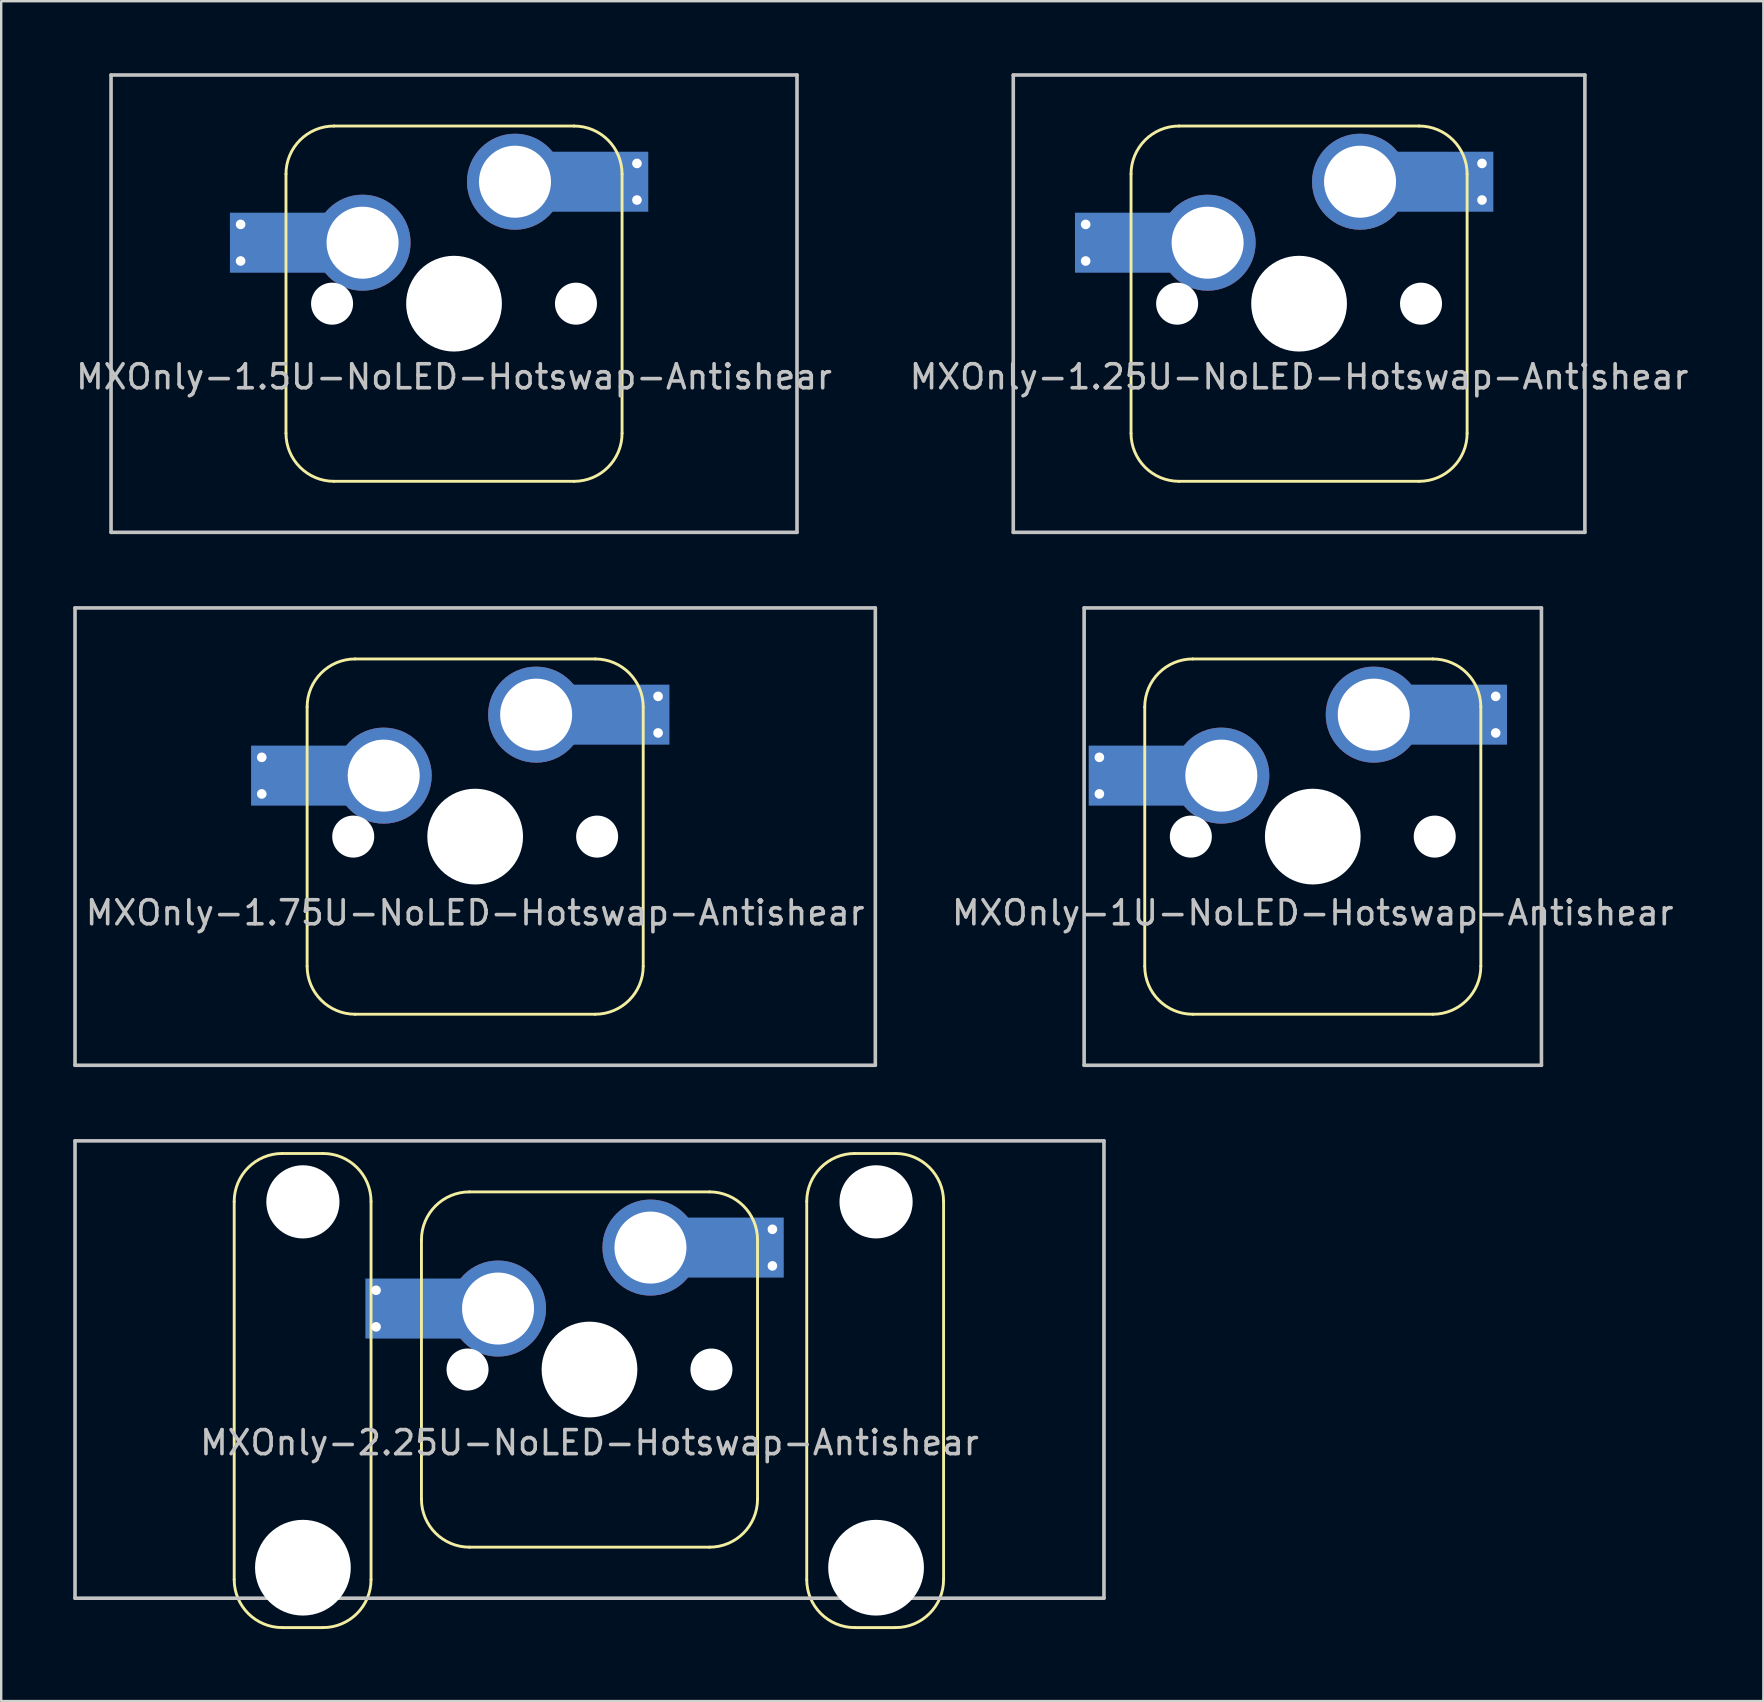
<source format=kicad_pcb>
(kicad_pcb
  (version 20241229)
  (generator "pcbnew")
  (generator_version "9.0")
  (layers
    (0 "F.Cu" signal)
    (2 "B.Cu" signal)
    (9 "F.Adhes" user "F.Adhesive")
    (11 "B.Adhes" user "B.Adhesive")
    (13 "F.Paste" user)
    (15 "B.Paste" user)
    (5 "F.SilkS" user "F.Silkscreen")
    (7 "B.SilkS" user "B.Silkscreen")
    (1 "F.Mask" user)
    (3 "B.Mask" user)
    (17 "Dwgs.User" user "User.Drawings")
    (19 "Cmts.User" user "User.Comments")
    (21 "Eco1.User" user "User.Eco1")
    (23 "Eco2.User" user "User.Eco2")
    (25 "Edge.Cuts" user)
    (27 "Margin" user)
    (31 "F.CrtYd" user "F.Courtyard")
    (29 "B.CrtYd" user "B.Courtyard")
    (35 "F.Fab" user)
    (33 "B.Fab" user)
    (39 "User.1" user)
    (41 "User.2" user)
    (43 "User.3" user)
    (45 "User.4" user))
  (footprint "MXOnly-1U-NoLED-Hotswap-Antishear"
    (layer "F.Cu")
    (at 51.636 31.8)
    (property "Reference" "MXOnly-1U-NoLED-Hotswap-Antishear" (at 0 3.175 0) (layer "Dwgs.User") (effects (font (size 1 1) (thickness 0.15))))
    (attr smd)
    (fp_line (start -7 -5.4) (end -7 5.4) (stroke (width 0.12) (type solid)) (layer "F.SilkS"))
    (fp_line (start -5 7.4) (end 5 7.4) (stroke (width 0.12) (type solid)) (layer "F.SilkS"))
    (fp_line (start 5 -7.4) (end -5 -7.4) (stroke (width 0.12) (type solid)) (layer "F.SilkS"))
    (fp_line (start 7 5.4) (end 7 -5.4) (stroke (width 0.12) (type solid)) (layer "F.SilkS"))
    (fp_arc (start -7 -5.4) (mid -6.414214 -6.814214) (end -5 -7.4) (stroke (width 0.12) (type solid)) (layer "F.SilkS"))
    (fp_arc (start -5 7.4) (mid -6.414214 6.814214) (end -7 5.4) (stroke (width 0.12) (type solid)) (layer "F.SilkS"))
    (fp_arc (start 5 -7.4) (mid 6.414214 -6.814214) (end 7 -5.4) (stroke (width 0.12) (type solid)) (layer "F.SilkS"))
    (fp_arc (start 7 5.4) (mid 6.414214 6.814214) (end 5 7.4) (stroke (width 0.12) (type solid)) (layer "F.SilkS"))
    (fp_line (start -9.525 -9.525) (end 9.525 -9.525) (stroke (width 0.15) (type solid)) (layer "Dwgs.User"))
    (fp_line (start -9.525 9.525) (end -9.525 -9.525) (stroke (width 0.15) (type solid)) (layer "Dwgs.User"))
    (fp_line (start 9.525 -9.525) (end 9.525 9.525) (stroke (width 0.15) (type solid)) (layer "Dwgs.User"))
    (fp_line (start 9.525 9.525) (end -9.525 9.525) (stroke (width 0.15) (type solid)) (layer "Dwgs.User"))
    (pad "" smd rect (at -7.12 -2.54) (size 2.55 2.5) (layers "B.Mask" "B.Paste"))
    (pad "" np_thru_hole circle (at -5.08 0 48.1) (size 1.75 1.75) (drill 1.75) (layers "*.Cu" "*.Mask"))
    (pad "" np_thru_hole circle (at 0 0) (size 3.988 3.988) (drill 3.988) (layers "*.Cu" "*.Mask"))
    (pad "" np_thru_hole circle (at 5.08 0 48.1) (size 1.75 1.75) (drill 1.75) (layers "*.Cu" "*.Mask"))
    (pad "" smd rect (at 5.85 -5.08) (size 2.55 2.5) (layers "B.Mask" "B.Paste"))
    (pad "1" thru_hole circle (at -8.89 -3.302) (size 0.8 0.8) (drill 0.4) (layers "*.Cu"))
    (pad "1" thru_hole circle (at -8.89 -1.778) (size 0.8 0.8) (drill 0.4) (layers "*.Cu"))
    (pad "1" smd rect (at -7.085 -2.54) (size 4.5 2.5) (layers "B.Cu"))
    (pad "1" thru_hole circle (at -3.81 -2.54) (size 4 4) (drill 3) (layers "*.Cu"))
    (pad "2" thru_hole circle (at 2.54 -5.08) (size 4 4) (drill 3) (layers "*.Cu"))
    (pad "2" smd rect (at 5.842 -5.08) (size 4.5 2.5) (layers "B.Cu"))
    (pad "2" thru_hole circle (at 7.62 -5.842) (size 0.8 0.8) (drill 0.4) (layers "*.Cu"))
    (pad "2" thru_hole circle (at 7.62 -4.318) (size 0.8 0.8) (drill 0.4) (layers "*.Cu")))
  (footprint "MXOnly-2.25U-NoLED-Hotswap-Antishear"
    (layer "F.Cu")
    (at 21.506 54)
    (property "Reference" "MXOnly-2.25U-NoLED-Hotswap-Antishear" (at 0 3.048 0) (layer "Dwgs.User") (effects (font (size 1 1) (thickness 0.15))))
    (attr smd)
    (fp_line (start -14.8 -7) (end -14.8 8.75) (stroke (width 0.12) (type solid)) (layer "F.SilkS"))
    (fp_line (start -11.1 -9) (end -12.8 -9) (stroke (width 0.12) (type solid)) (layer "F.SilkS"))
    (fp_line (start -11.1 10.75) (end -12.8 10.75) (stroke (width 0.12) (type solid)) (layer "F.SilkS"))
    (fp_line (start -9.1 8.75) (end -9.1 -7) (stroke (width 0.12) (type solid)) (layer "F.SilkS"))
    (fp_line (start -7 -5.4) (end -7 5.4) (stroke (width 0.12) (type solid)) (layer "F.SilkS"))
    (fp_line (start -5 7.4) (end 5 7.4) (stroke (width 0.12) (type solid)) (layer "F.SilkS"))
    (fp_line (start 5 -7.4) (end -5 -7.4) (stroke (width 0.12) (type solid)) (layer "F.SilkS"))
    (fp_line (start 7 5.4) (end 7 -5.4) (stroke (width 0.12) (type solid)) (layer "F.SilkS"))
    (fp_line (start 9.05 -7) (end 9.05 8.75) (stroke (width 0.12) (type solid)) (layer "F.SilkS"))
    (fp_line (start 12.75 -9) (end 11.05 -9) (stroke (width 0.12) (type solid)) (layer "F.SilkS"))
    (fp_line (start 12.75 10.75) (end 11.05 10.75) (stroke (width 0.12) (type solid)) (layer "F.SilkS"))
    (fp_line (start 14.75 8.75) (end 14.75 -7) (stroke (width 0.12) (type solid)) (layer "F.SilkS"))
    (fp_arc (start -14.8 -7) (mid -14.214214 -8.414214) (end -12.8 -9) (stroke (width 0.12) (type solid)) (layer "F.SilkS"))
    (fp_arc (start -12.8 10.75) (mid -14.214214 10.164214) (end -14.8 8.75) (stroke (width 0.12) (type solid)) (layer "F.SilkS"))
    (fp_arc (start -11.1 -9) (mid -9.685786 -8.414214) (end -9.1 -7) (stroke (width 0.12) (type solid)) (layer "F.SilkS"))
    (fp_arc (start -9.1 8.75) (mid -9.685786 10.164214) (end -11.1 10.75) (stroke (width 0.12) (type solid)) (layer "F.SilkS"))
    (fp_arc (start -7 -5.4) (mid -6.414214 -6.814214) (end -5 -7.4) (stroke (width 0.12) (type solid)) (layer "F.SilkS"))
    (fp_arc (start -5 7.4) (mid -6.414214 6.814214) (end -7 5.4) (stroke (width 0.12) (type solid)) (layer "F.SilkS"))
    (fp_arc (start 5 -7.4) (mid 6.414214 -6.814214) (end 7 -5.4) (stroke (width 0.12) (type solid)) (layer "F.SilkS"))
    (fp_arc (start 7 5.4) (mid 6.414214 6.814214) (end 5 7.4) (stroke (width 0.12) (type solid)) (layer "F.SilkS"))
    (fp_arc (start 9.05 -7) (mid 9.635786 -8.414214) (end 11.05 -9) (stroke (width 0.12) (type solid)) (layer "F.SilkS"))
    (fp_arc (start 11.05 10.75) (mid 9.635786 10.164214) (end 9.05 8.75) (stroke (width 0.12) (type solid)) (layer "F.SilkS"))
    (fp_arc (start 12.75 -9) (mid 14.164214 -8.414214) (end 14.75 -7) (stroke (width 0.12) (type solid)) (layer "F.SilkS"))
    (fp_arc (start 14.75 8.75) (mid 14.164214 10.164214) (end 12.75 10.75) (stroke (width 0.12) (type solid)) (layer "F.SilkS"))
    (fp_line (start -21.431 -9.525) (end 21.431 -9.525) (stroke (width 0.15) (type solid)) (layer "Dwgs.User"))
    (fp_line (start -21.431 9.525) (end -21.431 -9.525) (stroke (width 0.15) (type solid)) (layer "Dwgs.User"))
    (fp_line (start 21.431 -9.525) (end 21.431 9.525) (stroke (width 0.15) (type solid)) (layer "Dwgs.User"))
    (fp_line (start 21.431 9.525) (end -21.431 9.525) (stroke (width 0.15) (type solid)) (layer "Dwgs.User"))
    (pad "" np_thru_hole circle (at -11.938 -6.985) (size 3.048 3.048) (drill 3.048) (layers "*.Cu" "*.Mask"))
    (pad "" np_thru_hole circle (at -11.938 8.255) (size 3.988 3.988) (drill 3.988) (layers "*.Cu" "*.Mask"))
    (pad "" smd rect (at -7.12 -2.54) (size 2.55 2.5) (layers "B.Mask" "B.Paste"))
    (pad "" np_thru_hole circle (at -5.08 0 48.1) (size 1.75 1.75) (drill 1.75) (layers "*.Cu" "*.Mask"))
    (pad "" np_thru_hole circle (at 0 0) (size 3.988 3.988) (drill 3.988) (layers "*.Cu" "*.Mask"))
    (pad "" np_thru_hole circle (at 5.08 0 48.1) (size 1.75 1.75) (drill 1.75) (layers "*.Cu" "*.Mask"))
    (pad "" smd rect (at 5.85 -5.08) (size 2.55 2.5) (layers "B.Mask" "B.Paste"))
    (pad "" np_thru_hole circle (at 11.938 -6.985) (size 3.048 3.048) (drill 3.048) (layers "*.Cu" "*.Mask"))
    (pad "" np_thru_hole circle (at 11.938 8.255) (size 3.988 3.988) (drill 3.988) (layers "*.Cu" "*.Mask"))
    (pad "1" thru_hole circle (at -8.89 -3.302) (size 0.8 0.8) (drill 0.4) (layers "*.Cu"))
    (pad "1" thru_hole circle (at -8.89 -1.778) (size 0.8 0.8) (drill 0.4) (layers "*.Cu"))
    (pad "1" smd rect (at -7.085 -2.54) (size 4.5 2.5) (layers "B.Cu"))
    (pad "1" thru_hole circle (at -3.81 -2.54) (size 4 4) (drill 3) (layers "*.Cu"))
    (pad "2" thru_hole circle (at 2.54 -5.08) (size 4 4) (drill 3) (layers "*.Cu"))
    (pad "2" smd rect (at 5.842 -5.08) (size 4.5 2.5) (layers "B.Cu"))
    (pad "2" thru_hole circle (at 7.62 -5.842) (size 0.8 0.8) (drill 0.4) (layers "*.Cu"))
    (pad "2" thru_hole circle (at 7.62 -4.318) (size 0.8 0.8) (drill 0.4) (layers "*.Cu")))
  (footprint "MXOnly-1.25U-NoLED-Hotswap-Antishear"
    (layer "F.Cu")
    (at 51.065 9.6)
    (property "Reference" "MXOnly-1.25U-NoLED-Hotswap-Antishear" (at 0 3.048 0) (layer "Dwgs.User") (effects (font (size 1 1) (thickness 0.15))))
    (attr smd)
    (fp_line (start -7 -5.4) (end -7 5.4) (stroke (width 0.12) (type solid)) (layer "F.SilkS"))
    (fp_line (start -5 7.4) (end 5 7.4) (stroke (width 0.12) (type solid)) (layer "F.SilkS"))
    (fp_line (start 5 -7.4) (end -5 -7.4) (stroke (width 0.12) (type solid)) (layer "F.SilkS"))
    (fp_line (start 7 5.4) (end 7 -5.4) (stroke (width 0.12) (type solid)) (layer "F.SilkS"))
    (fp_arc (start -7 -5.4) (mid -6.414214 -6.814214) (end -5 -7.4) (stroke (width 0.12) (type solid)) (layer "F.SilkS"))
    (fp_arc (start -5 7.4) (mid -6.414214 6.814214) (end -7 5.4) (stroke (width 0.12) (type solid)) (layer "F.SilkS"))
    (fp_arc (start 5 -7.4) (mid 6.414214 -6.814214) (end 7 -5.4) (stroke (width 0.12) (type solid)) (layer "F.SilkS"))
    (fp_arc (start 7 5.4) (mid 6.414214 6.814214) (end 5 7.4) (stroke (width 0.12) (type solid)) (layer "F.SilkS"))
    (fp_line (start -11.906 -9.525) (end 11.906 -9.525) (stroke (width 0.15) (type solid)) (layer "Dwgs.User"))
    (fp_line (start -11.906 9.525) (end -11.906 -9.525) (stroke (width 0.15) (type solid)) (layer "Dwgs.User"))
    (fp_line (start 11.906 -9.525) (end 11.906 9.525) (stroke (width 0.15) (type solid)) (layer "Dwgs.User"))
    (fp_line (start 11.906 9.525) (end -11.906 9.525) (stroke (width 0.15) (type solid)) (layer "Dwgs.User"))
    (pad "" smd rect (at -7.12 -2.54) (size 2.55 2.5) (layers "B.Mask" "B.Paste"))
    (pad "" np_thru_hole circle (at -5.08 0 48.1) (size 1.75 1.75) (drill 1.75) (layers "*.Cu" "*.Mask"))
    (pad "" np_thru_hole circle (at 0 0) (size 3.988 3.988) (drill 3.988) (layers "*.Cu" "*.Mask"))
    (pad "" np_thru_hole circle (at 5.08 0 48.1) (size 1.75 1.75) (drill 1.75) (layers "*.Cu" "*.Mask"))
    (pad "" smd rect (at 5.85 -5.08) (size 2.55 2.5) (layers "B.Mask" "B.Paste"))
    (pad "1" thru_hole circle (at -8.89 -3.302) (size 0.8 0.8) (drill 0.4) (layers "*.Cu"))
    (pad "1" thru_hole circle (at -8.89 -1.778) (size 0.8 0.8) (drill 0.4) (layers "*.Cu"))
    (pad "1" smd rect (at -7.085 -2.54) (size 4.5 2.5) (layers "B.Cu"))
    (pad "1" thru_hole circle (at -3.81 -2.54) (size 4 4) (drill 3) (layers "*.Cu"))
    (pad "2" thru_hole circle (at 2.54 -5.08) (size 4 4) (drill 3) (layers "*.Cu"))
    (pad "2" smd rect (at 5.842 -5.08) (size 4.5 2.5) (layers "B.Cu"))
    (pad "2" thru_hole circle (at 7.62 -5.842) (size 0.8 0.8) (drill 0.4) (layers "*.Cu"))
    (pad "2" thru_hole circle (at 7.62 -4.318) (size 0.8 0.8) (drill 0.4) (layers "*.Cu")))
  (footprint "MXOnly-1.75U-NoLED-Hotswap-Antishear"
    (layer "F.Cu")
    (at 16.744 31.8)
    (property "Reference" "MXOnly-1.75U-NoLED-Hotswap-Antishear" (at 0 3.175 0) (layer "Dwgs.User") (effects (font (size 1 1) (thickness 0.15))))
    (attr smd)
    (fp_line (start -7 -5.4) (end -7 5.4) (stroke (width 0.12) (type solid)) (layer "F.SilkS"))
    (fp_line (start -5 7.4) (end 5 7.4) (stroke (width 0.12) (type solid)) (layer "F.SilkS"))
    (fp_line (start 5 -7.4) (end -5 -7.4) (stroke (width 0.12) (type solid)) (layer "F.SilkS"))
    (fp_line (start 7 5.4) (end 7 -5.4) (stroke (width 0.12) (type solid)) (layer "F.SilkS"))
    (fp_arc (start -7 -5.4) (mid -6.414214 -6.814214) (end -5 -7.4) (stroke (width 0.12) (type solid)) (layer "F.SilkS"))
    (fp_arc (start -5 7.4) (mid -6.414214 6.814214) (end -7 5.4) (stroke (width 0.12) (type solid)) (layer "F.SilkS"))
    (fp_arc (start 5 -7.4) (mid 6.414214 -6.814214) (end 7 -5.4) (stroke (width 0.12) (type solid)) (layer "F.SilkS"))
    (fp_arc (start 7 5.4) (mid 6.414214 6.814214) (end 5 7.4) (stroke (width 0.12) (type solid)) (layer "F.SilkS"))
    (fp_line (start -16.669 -9.525) (end 16.669 -9.525) (stroke (width 0.15) (type solid)) (layer "Dwgs.User"))
    (fp_line (start -16.669 9.525) (end -16.669 -9.525) (stroke (width 0.15) (type solid)) (layer "Dwgs.User"))
    (fp_line (start -16.669 9.525) (end 16.669 9.525) (stroke (width 0.15) (type solid)) (layer "Dwgs.User"))
    (fp_line (start 16.669 -9.525) (end 16.669 9.525) (stroke (width 0.15) (type solid)) (layer "Dwgs.User"))
    (pad "" smd rect (at -7.12 -2.54) (size 2.55 2.5) (layers "B.Mask" "B.Paste"))
    (pad "" np_thru_hole circle (at -5.08 0 48.1) (size 1.75 1.75) (drill 1.75) (layers "*.Cu" "*.Mask"))
    (pad "" np_thru_hole circle (at 0 0) (size 3.988 3.988) (drill 3.988) (layers "*.Cu" "*.Mask"))
    (pad "" np_thru_hole circle (at 5.08 0 48.1) (size 1.75 1.75) (drill 1.75) (layers "*.Cu" "*.Mask"))
    (pad "" smd rect (at 5.85 -5.08) (size 2.55 2.5) (layers "B.Mask" "B.Paste"))
    (pad "1" thru_hole circle (at -8.89 -3.302) (size 0.8 0.8) (drill 0.4) (layers "*.Cu"))
    (pad "1" thru_hole circle (at -8.89 -1.778) (size 0.8 0.8) (drill 0.4) (layers "*.Cu"))
    (pad "1" smd rect (at -7.085 -2.54) (size 4.5 2.5) (layers "B.Cu"))
    (pad "1" thru_hole circle (at -3.81 -2.54) (size 4 4) (drill 3) (layers "*.Cu"))
    (pad "2" thru_hole circle (at 2.54 -5.08) (size 4 4) (drill 3) (layers "*.Cu"))
    (pad "2" smd rect (at 5.842 -5.08) (size 4.5 2.5) (layers "B.Cu"))
    (pad "2" thru_hole circle (at 7.62 -5.842) (size 0.8 0.8) (drill 0.4) (layers "*.Cu"))
    (pad "2" thru_hole circle (at 7.62 -4.318) (size 0.8 0.8) (drill 0.4) (layers "*.Cu")))
  (footprint "MXOnly-1.5U-NoLED-Hotswap-Antishear"
    (layer "F.Cu")
    (at 15.863 9.6)
    (property "Reference" "MXOnly-1.5U-NoLED-Hotswap-Antishear" (at 0 3.048 0) (layer "Dwgs.User") (effects (font (size 1 1) (thickness 0.15))))
    (attr smd)
    (fp_line (start -7 -5.4) (end -7 5.4) (stroke (width 0.12) (type solid)) (layer "F.SilkS"))
    (fp_line (start -5 7.4) (end 5 7.4) (stroke (width 0.12) (type solid)) (layer "F.SilkS"))
    (fp_line (start 5 -7.4) (end -5 -7.4) (stroke (width 0.12) (type solid)) (layer "F.SilkS"))
    (fp_line (start 7 5.4) (end 7 -5.4) (stroke (width 0.12) (type solid)) (layer "F.SilkS"))
    (fp_arc (start -7 -5.4) (mid -6.414214 -6.814214) (end -5 -7.4) (stroke (width 0.12) (type solid)) (layer "F.SilkS"))
    (fp_arc (start -5 7.4) (mid -6.414214 6.814214) (end -7 5.4) (stroke (width 0.12) (type solid)) (layer "F.SilkS"))
    (fp_arc (start 5 -7.4) (mid 6.414214 -6.814214) (end 7 -5.4) (stroke (width 0.12) (type solid)) (layer "F.SilkS"))
    (fp_arc (start 7 5.4) (mid 6.414214 6.814214) (end 5 7.4) (stroke (width 0.12) (type solid)) (layer "F.SilkS"))
    (fp_line (start -14.287 -9.525) (end 14.287 -9.525) (stroke (width 0.15) (type solid)) (layer "Dwgs.User"))
    (fp_line (start -14.287 9.525) (end -14.287 -9.525) (stroke (width 0.15) (type solid)) (layer "Dwgs.User"))
    (fp_line (start 14.287 -9.525) (end 14.287 9.525) (stroke (width 0.15) (type solid)) (layer "Dwgs.User"))
    (fp_line (start 14.287 9.525) (end -14.287 9.525) (stroke (width 0.15) (type solid)) (layer "Dwgs.User"))
    (pad "" smd rect (at -7.12 -2.54) (size 2.55 2.5) (layers "B.Mask" "B.Paste"))
    (pad "" np_thru_hole circle (at -5.08 0 48.1) (size 1.75 1.75) (drill 1.75) (layers "*.Cu" "*.Mask"))
    (pad "" np_thru_hole circle (at 0 0) (size 3.988 3.988) (drill 3.988) (layers "*.Cu" "*.Mask"))
    (pad "" np_thru_hole circle (at 5.08 0 48.1) (size 1.75 1.75) (drill 1.75) (layers "*.Cu" "*.Mask"))
    (pad "" smd rect (at 5.85 -5.08) (size 2.55 2.5) (layers "B.Mask" "B.Paste"))
    (pad "1" thru_hole circle (at -8.89 -3.302) (size 0.8 0.8) (drill 0.4) (layers "*.Cu"))
    (pad "1" thru_hole circle (at -8.89 -1.778) (size 0.8 0.8) (drill 0.4) (layers "*.Cu"))
    (pad "1" smd rect (at -7.085 -2.54) (size 4.5 2.5) (layers "B.Cu"))
    (pad "1" thru_hole circle (at -3.81 -2.54) (size 4 4) (drill 3) (layers "*.Cu"))
    (pad "2" thru_hole circle (at 2.54 -5.08) (size 4 4) (drill 3) (layers "*.Cu"))
    (pad "2" smd rect (at 5.842 -5.08) (size 4.5 2.5) (layers "B.Cu"))
    (pad "2" thru_hole circle (at 7.62 -5.842) (size 0.8 0.8) (drill 0.4) (layers "*.Cu"))
    (pad "2" thru_hole circle (at 7.62 -4.318) (size 0.8 0.8) (drill 0.4) (layers "*.Cu")))
  (gr_rect
    (start -3 -3)
    (end 70.405 67.81)
    (stroke (width 0.1) (type default))
    (fill no)
    (layer "Edge.Cuts")))
</source>
